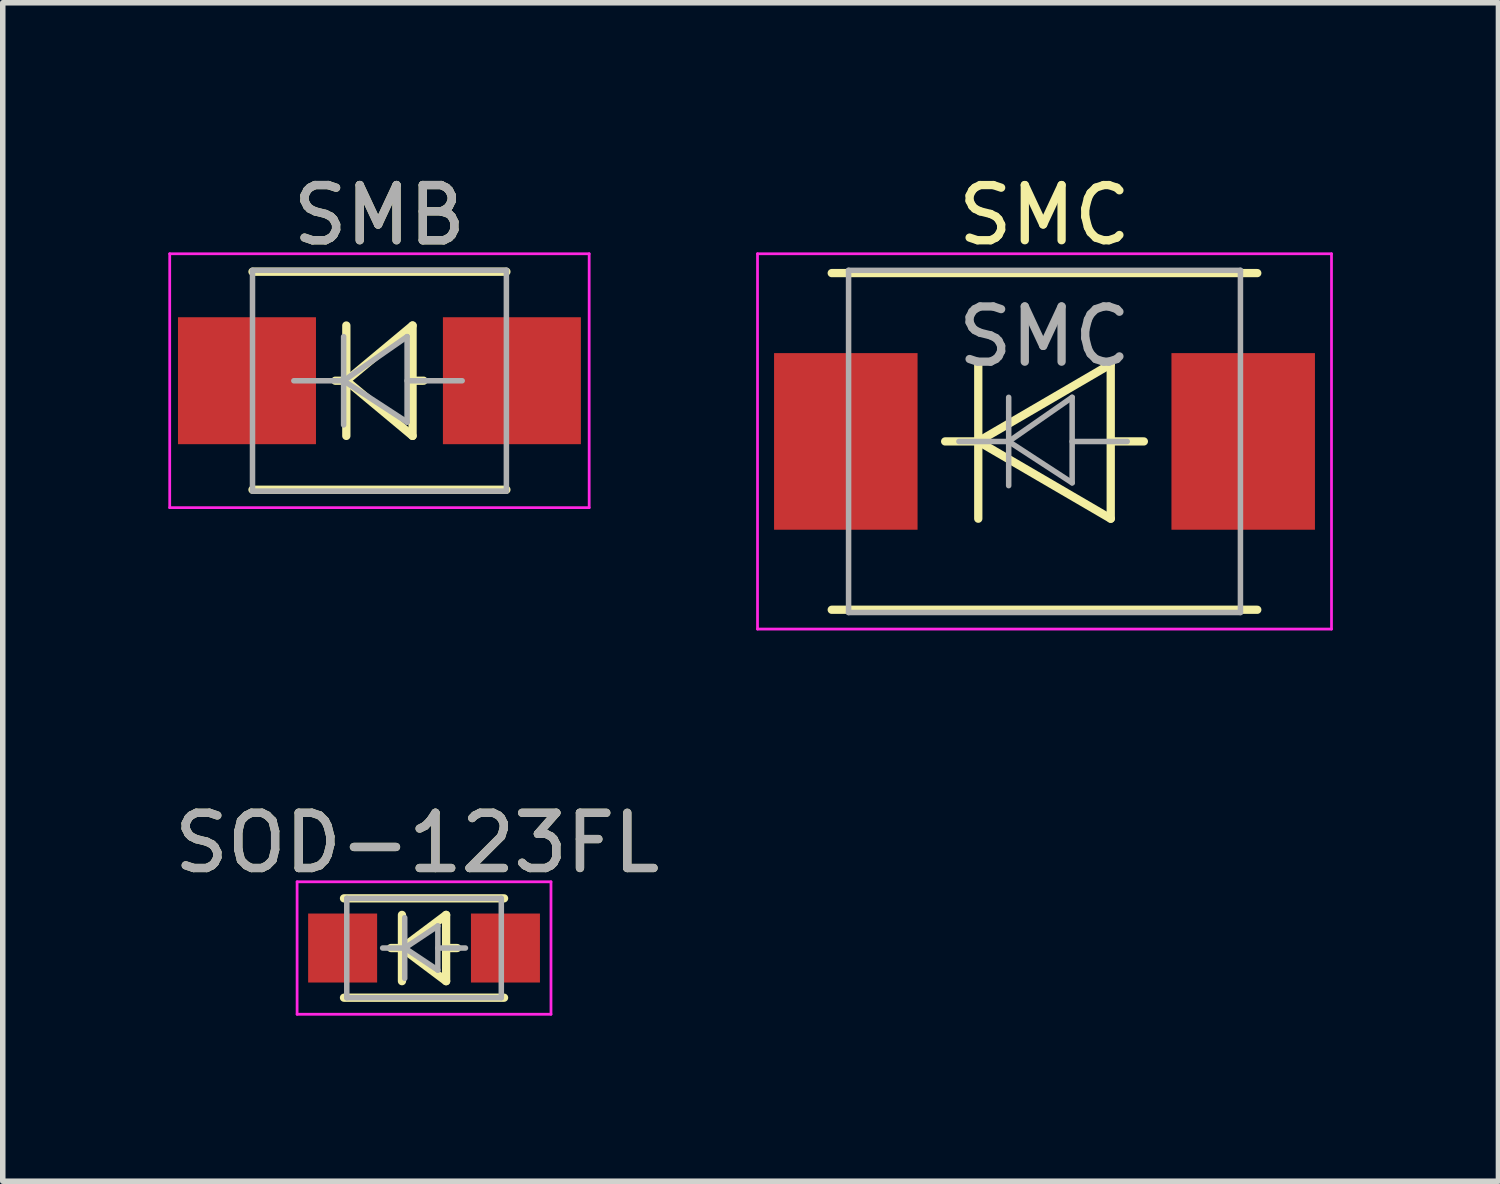
<source format=kicad_pcb>
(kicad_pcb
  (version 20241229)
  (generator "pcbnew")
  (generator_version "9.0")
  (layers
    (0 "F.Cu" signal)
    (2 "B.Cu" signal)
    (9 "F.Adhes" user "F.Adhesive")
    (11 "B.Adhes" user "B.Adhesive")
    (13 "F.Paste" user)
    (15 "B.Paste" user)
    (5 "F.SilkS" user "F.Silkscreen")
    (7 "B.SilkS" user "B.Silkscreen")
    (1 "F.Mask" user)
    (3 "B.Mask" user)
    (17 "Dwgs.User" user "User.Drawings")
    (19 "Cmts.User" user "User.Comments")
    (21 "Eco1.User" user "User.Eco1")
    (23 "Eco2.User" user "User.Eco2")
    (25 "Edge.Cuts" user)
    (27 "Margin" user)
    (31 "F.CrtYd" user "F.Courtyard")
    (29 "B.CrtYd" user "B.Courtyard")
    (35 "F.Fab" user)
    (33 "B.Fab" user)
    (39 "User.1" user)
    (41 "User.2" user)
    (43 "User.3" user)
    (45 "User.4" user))
  (footprint "SOD-123FL"
    (layer "F.Cu")
    (at 4.633 14.127)
    (property "Reference" "SOD-123FL" (at -0.127 -1.905 0) (layer "F.SilkS") (effects (font (size 1 1) (thickness 0.15))))
    (attr smd)
    (fp_line (start -1.45 0.9) (end 1.45 0.9) (stroke (width 0.15) (type solid)) (layer "F.SilkS"))
    (fp_line (start -0.6 0) (end -0.4 0) (stroke (width 0.15) (type solid)) (layer "F.SilkS"))
    (fp_line (start -0.4 -0.6) (end -0.4 0.6) (stroke (width 0.15) (type solid)) (layer "F.SilkS"))
    (fp_line (start -0.4 0) (end 0.4 0.6) (stroke (width 0.15) (type solid)) (layer "F.SilkS"))
    (fp_line (start 0.4 -0.6) (end -0.4 0) (stroke (width 0.15) (type solid)) (layer "F.SilkS"))
    (fp_line (start 0.4 -0.6) (end 0.4 0.6) (stroke (width 0.15) (type solid)) (layer "F.SilkS"))
    (fp_line (start 0.6 0) (end 0.4 0) (stroke (width 0.15) (type solid)) (layer "F.SilkS"))
    (fp_line (start 1.45 -0.9) (end -1.45 -0.9) (stroke (width 0.15) (type solid)) (layer "F.SilkS"))
    (fp_line (start -2.3 -1.2) (end -2.3 1.2) (stroke (width 0.05) (type solid)) (layer "F.CrtYd"))
    (fp_line (start -2.3 -1.2) (end 2.3 -1.2) (stroke (width 0.05) (type solid)) (layer "F.CrtYd"))
    (fp_line (start 2.3 -1.2) (end 2.3 1.2) (stroke (width 0.05) (type solid)) (layer "F.CrtYd"))
    (fp_line (start 2.3 1.2) (end -2.3 1.2) (stroke (width 0.05) (type solid)) (layer "F.CrtYd"))
    (fp_line (start -1.4 -0.9) (end 1.4 -0.9) (stroke (width 0.1) (type solid)) (layer "F.Fab"))
    (fp_line (start -1.4 0.9) (end -1.4 -0.9) (stroke (width 0.1) (type solid)) (layer "F.Fab"))
    (fp_line (start -0.75 0) (end -0.35 0) (stroke (width 0.1) (type solid)) (layer "F.Fab"))
    (fp_line (start -0.35 0) (end -0.35 -0.55) (stroke (width 0.1) (type solid)) (layer "F.Fab"))
    (fp_line (start -0.35 0) (end -0.35 0.55) (stroke (width 0.1) (type solid)) (layer "F.Fab"))
    (fp_line (start -0.35 0) (end 0.25 -0.4) (stroke (width 0.1) (type solid)) (layer "F.Fab"))
    (fp_line (start 0.25 -0.4) (end 0.25 0.4) (stroke (width 0.1) (type solid)) (layer "F.Fab"))
    (fp_line (start 0.25 0) (end 0.75 0) (stroke (width 0.1) (type solid)) (layer "F.Fab"))
    (fp_line (start 0.25 0.4) (end -0.35 0) (stroke (width 0.1) (type solid)) (layer "F.Fab"))
    (fp_line (start 1.4 -0.9) (end 1.4 0.9) (stroke (width 0.1) (type solid)) (layer "F.Fab"))
    (fp_line (start 1.4 0.9) (end -1.4 0.9) (stroke (width 0.1) (type solid)) (layer "F.Fab"))
    (fp_text user "${REFERENCE}" (at -0.127 -1.905 0) (layer "F.Fab") (effects (font (size 1 1) (thickness 0.15))))
    (pad "1" smd rect (at -1.475 0) (size 1.25 1.25) (layers "F.Cu" "F.Mask" "F.Paste"))
    (pad "2" smd rect (at 1.475 0) (size 1.25 1.25) (layers "F.Cu" "F.Mask" "F.Paste")))
  (footprint "SMB"
    (layer "F.Cu")
    (at 3.825 3.848)
    (property "Reference" "SMB" (at 0 -3 0) (layer "F.SilkS") (effects (font (size 1 1) (thickness 0.15))))
    (attr smd)
    (fp_line (start -2.3 -1.975) (end 2.3 -1.975) (stroke (width 0.15) (type solid)) (layer "F.SilkS"))
    (fp_line (start -2.3 1.975) (end 2.3 1.975) (stroke (width 0.15) (type solid)) (layer "F.SilkS"))
    (fp_line (start -0.8 0) (end -0.6 0) (stroke (width 0.15) (type solid)) (layer "F.SilkS"))
    (fp_line (start -0.6 -1) (end -0.6 1) (stroke (width 0.15) (type solid)) (layer "F.SilkS"))
    (fp_line (start -0.6 0) (end 0.6 -1) (stroke (width 0.15) (type solid)) (layer "F.SilkS"))
    (fp_line (start 0.6 -1) (end 0.6 1) (stroke (width 0.15) (type solid)) (layer "F.SilkS"))
    (fp_line (start 0.6 1) (end -0.6 0) (stroke (width 0.15) (type solid)) (layer "F.SilkS"))
    (fp_line (start 0.8 0) (end 0.6 0) (stroke (width 0.15) (type solid)) (layer "F.SilkS"))
    (fp_line (start -3.8 -2.3) (end 3.8 -2.3) (stroke (width 0.05) (type solid)) (layer "F.CrtYd"))
    (fp_line (start -3.8 2.3) (end -3.8 -2.3) (stroke (width 0.05) (type solid)) (layer "F.CrtYd"))
    (fp_line (start 3.8 -2.3) (end 3.8 2.3) (stroke (width 0.05) (type solid)) (layer "F.CrtYd"))
    (fp_line (start 3.8 2.3) (end -3.8 2.3) (stroke (width 0.05) (type solid)) (layer "F.CrtYd"))
    (fp_line (start -2.3 2) (end -2.3 -2) (stroke (width 0.1) (type solid)) (layer "F.Fab"))
    (fp_line (start -0.649 -0.799) (end -0.649 0.801) (stroke (width 0.1) (type solid)) (layer "F.Fab"))
    (fp_line (start -0.649 0.001) (end -1.551 0.001) (stroke (width 0.1) (type solid)) (layer "F.Fab"))
    (fp_line (start -0.649 0.001) (end 0.501 -0.799) (stroke (width 0.1) (type solid)) (layer "F.Fab"))
    (fp_line (start -0.649 0.001) (end 0.501 0.75) (stroke (width 0.1) (type solid)) (layer "F.Fab"))
    (fp_line (start 0.501 0.001) (end 1.499 0.001) (stroke (width 0.1) (type solid)) (layer "F.Fab"))
    (fp_line (start 0.501 0.75) (end 0.501 -0.799) (stroke (width 0.1) (type solid)) (layer "F.Fab"))
    (fp_line (start 2.3 -2) (end -2.3 -2) (stroke (width 0.1) (type solid)) (layer "F.Fab"))
    (fp_line (start 2.3 -2) (end 2.3 2) (stroke (width 0.1) (type solid)) (layer "F.Fab"))
    (fp_line (start 2.3 2) (end -2.3 2) (stroke (width 0.1) (type solid)) (layer "F.Fab"))
    (fp_text user "${REFERENCE}" (at 0 -3 0) (layer "F.Fab") (effects (font (size 1 1) (thickness 0.15))))
    (pad "1" smd rect (at -2.4 0) (size 2.5 2.3) (layers "F.Cu" "F.Mask" "F.Paste"))
    (pad "2" smd rect (at 2.4 0) (size 2.5 2.3) (layers "F.Cu" "F.Mask" "F.Paste")))
  (footprint "SMC"
    (layer "F.Cu")
    (at 15.875 4.948)
    (property "Reference" "SMC" (at 0 -4.1 0) (layer "F.SilkS") (effects (font (size 1 1) (thickness 0.15))))
    (attr smd)
    (fp_line (start -1.8 0) (end -1.2 0) (stroke (width 0.15) (type solid)) (layer "F.SilkS"))
    (fp_line (start -1.2 -1.4) (end -1.2 1.4) (stroke (width 0.15) (type solid)) (layer "F.SilkS"))
    (fp_line (start -1.2 0) (end 1.2 -1.4) (stroke (width 0.15) (type solid)) (layer "F.SilkS"))
    (fp_line (start 1.2 -1.4) (end 1.2 1.4) (stroke (width 0.15) (type solid)) (layer "F.SilkS"))
    (fp_line (start 1.2 1.4) (end -1.2 0) (stroke (width 0.15) (type solid)) (layer "F.SilkS"))
    (fp_line (start 1.8 0) (end 1.2 0) (stroke (width 0.15) (type solid)) (layer "F.SilkS"))
    (fp_line (start 3.855 -3.05) (end -3.855 -3.05) (stroke (width 0.15) (type solid)) (layer "F.SilkS"))
    (fp_line (start 3.855 3.05) (end -3.855 3.05) (stroke (width 0.15) (type solid)) (layer "F.SilkS"))
    (fp_line (start -5.2 -3.4) (end 5.2 -3.4) (stroke (width 0.05) (type solid)) (layer "F.CrtYd"))
    (fp_line (start -5.2 3.4) (end -5.2 -3.4) (stroke (width 0.05) (type solid)) (layer "F.CrtYd"))
    (fp_line (start 5.2 -3.4) (end 5.2 3.4) (stroke (width 0.05) (type solid)) (layer "F.CrtYd"))
    (fp_line (start 5.2 3.4) (end -5.2 3.4) (stroke (width 0.05) (type solid)) (layer "F.CrtYd"))
    (fp_line (start -3.55 3.1) (end -3.55 -3.1) (stroke (width 0.1) (type solid)) (layer "F.Fab"))
    (fp_line (start -0.649 -0.799) (end -0.649 0.801) (stroke (width 0.1) (type solid)) (layer "F.Fab"))
    (fp_line (start -0.649 0.001) (end -1.551 0.001) (stroke (width 0.1) (type solid)) (layer "F.Fab"))
    (fp_line (start -0.649 0.001) (end 0.501 -0.799) (stroke (width 0.1) (type solid)) (layer "F.Fab"))
    (fp_line (start -0.649 0.001) (end 0.501 0.75) (stroke (width 0.1) (type solid)) (layer "F.Fab"))
    (fp_line (start 0.501 0.001) (end 1.499 0.001) (stroke (width 0.1) (type solid)) (layer "F.Fab"))
    (fp_line (start 0.501 0.75) (end 0.501 -0.799) (stroke (width 0.1) (type solid)) (layer "F.Fab"))
    (fp_line (start 3.55 -3.1) (end -3.55 -3.1) (stroke (width 0.1) (type solid)) (layer "F.Fab"))
    (fp_line (start 3.55 -3.1) (end 3.55 3.1) (stroke (width 0.1) (type solid)) (layer "F.Fab"))
    (fp_line (start 3.55 3.1) (end -3.55 3.1) (stroke (width 0.1) (type solid)) (layer "F.Fab"))
    (fp_text user "${REFERENCE}" (at 0 -1.9 0) (layer "F.Fab") (effects (font (size 1 1) (thickness 0.15))))
    (pad "1" smd rect (at -3.6 0 90) (size 3.2 2.6) (layers "F.Cu" "F.Mask" "F.Paste"))
    (pad "2" smd rect (at 3.6 0 90) (size 3.2 2.6) (layers "F.Cu" "F.Mask" "F.Paste")))
  (gr_rect
    (start -3 -3)
    (end 24.1 18.352)
    (stroke (width 0.1) (type default))
    (fill no)
    (layer "Edge.Cuts")))
</source>
